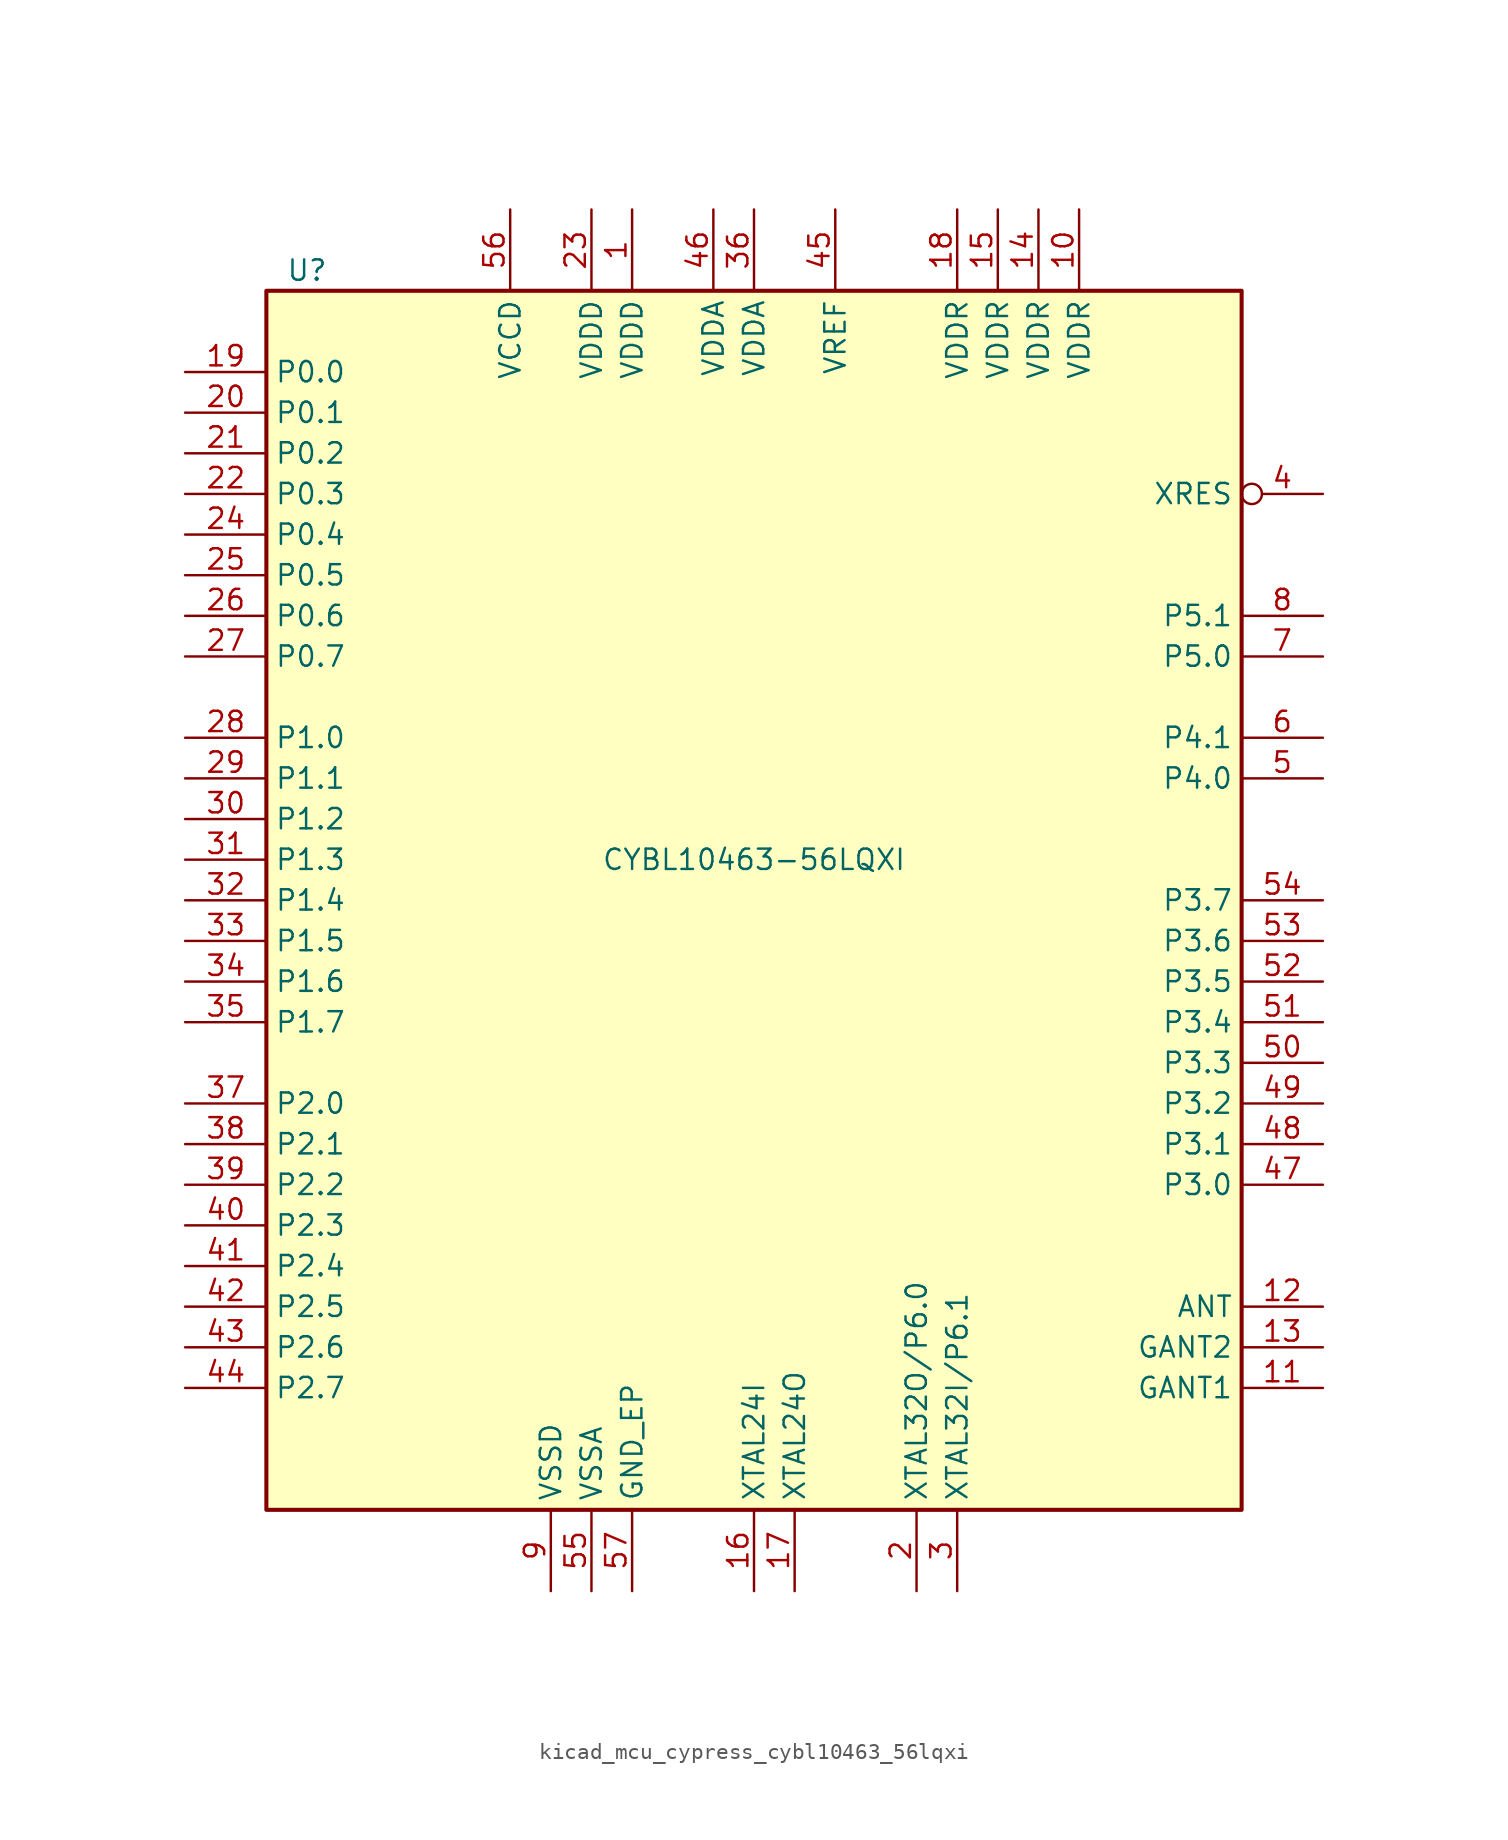
<source format=kicad_sym>
(kicad_symbol_lib
  (version 20220914)
  (generator kicad_symbol_editor)
  (symbol "kicad_mcu_cypress_cybl10463_56lqxi"
    (property "Reference" "U"
      (at -27.94 39.37 0)
      (effects (font (size 1.27 1.27))))
    (property "Value" "CYBL10463-56LQXI"
      (at 0 2.54 0)
      (effects (font (size 1.27 1.27))))
    (symbol "kicad_mcu_cypress_cybl10463_56lqxi_1_0"
      (rectangle (start -30.48 -38.1) (end 30.48 38.1) (stroke (width 0.254) (type default)) (fill (type background))))
    (symbol "kicad_mcu_cypress_cybl10463_56lqxi_1_1"
      (pin power_in line (at -7.62 43.18 270) (length 5.08) (name "VDDD" (effects (font (size 1.27 1.27)))) (number "1" (effects (font (size 1.27 1.27)))))
      (pin power_in line (at 20.32 43.18 270) (length 5.08) (name "VDDR" (effects (font (size 1.27 1.27)))) (number "10" (effects (font (size 1.27 1.27)))))
      (pin power_in line (at 35.56 -30.48 180) (length 5.08) (name "GANT1" (effects (font (size 1.27 1.27)))) (number "11" (effects (font (size 1.27 1.27)))))
      (pin output line (at 35.56 -25.4 180) (length 5.08) (name "ANT" (effects (font (size 1.27 1.27)))) (number "12" (effects (font (size 1.27 1.27)))))
      (pin power_in line (at 35.56 -27.94 180) (length 5.08) (name "GANT2" (effects (font (size 1.27 1.27)))) (number "13" (effects (font (size 1.27 1.27)))))
      (pin power_in line (at 17.78 43.18 270) (length 5.08) (name "VDDR" (effects (font (size 1.27 1.27)))) (number "14" (effects (font (size 1.27 1.27)))))
      (pin power_in line (at 15.24 43.18 270) (length 5.08) (name "VDDR" (effects (font (size 1.27 1.27)))) (number "15" (effects (font (size 1.27 1.27)))))
      (pin input line (at 0 -43.18 90) (length 5.08) (name "XTAL24I" (effects (font (size 1.27 1.27)))) (number "16" (effects (font (size 1.27 1.27)))))
      (pin output line (at 2.54 -43.18 90) (length 5.08) (name "XTAL24O" (effects (font (size 1.27 1.27)))) (number "17" (effects (font (size 1.27 1.27)))))
      (pin power_in line (at 12.7 43.18 270) (length 5.08) (name "VDDR" (effects (font (size 1.27 1.27)))) (number "18" (effects (font (size 1.27 1.27)))))
      (pin bidirectional line (at -35.56 33.02 0) (length 5.08) (name "P0.0" (effects (font (size 1.27 1.27)))) (number "19" (effects (font (size 1.27 1.27)))))
      (pin bidirectional line (at 10.16 -43.18 90) (length 5.08) (name "XTAL32O/P6.0" (effects (font (size 1.27 1.27)))) (number "2" (effects (font (size 1.27 1.27)))))
      (pin bidirectional line (at -35.56 30.48 0) (length 5.08) (name "P0.1" (effects (font (size 1.27 1.27)))) (number "20" (effects (font (size 1.27 1.27)))))
      (pin bidirectional line (at -35.56 27.94 0) (length 5.08) (name "P0.2" (effects (font (size 1.27 1.27)))) (number "21" (effects (font (size 1.27 1.27)))))
      (pin bidirectional line (at -35.56 25.4 0) (length 5.08) (name "P0.3" (effects (font (size 1.27 1.27)))) (number "22" (effects (font (size 1.27 1.27)))))
      (pin power_in line (at -10.16 43.18 270) (length 5.08) (name "VDDD" (effects (font (size 1.27 1.27)))) (number "23" (effects (font (size 1.27 1.27)))))
      (pin bidirectional line (at -35.56 22.86 0) (length 5.08) (name "P0.4" (effects (font (size 1.27 1.27)))) (number "24" (effects (font (size 1.27 1.27)))))
      (pin bidirectional line (at -35.56 20.32 0) (length 5.08) (name "P0.5" (effects (font (size 1.27 1.27)))) (number "25" (effects (font (size 1.27 1.27)))))
      (pin bidirectional line (at -35.56 17.78 0) (length 5.08) (name "P0.6" (effects (font (size 1.27 1.27)))) (number "26" (effects (font (size 1.27 1.27)))))
      (pin bidirectional line (at -35.56 15.24 0) (length 5.08) (name "P0.7" (effects (font (size 1.27 1.27)))) (number "27" (effects (font (size 1.27 1.27)))))
      (pin bidirectional line (at -35.56 10.16 0) (length 5.08) (name "P1.0" (effects (font (size 1.27 1.27)))) (number "28" (effects (font (size 1.27 1.27)))))
      (pin bidirectional line (at -35.56 7.62 0) (length 5.08) (name "P1.1" (effects (font (size 1.27 1.27)))) (number "29" (effects (font (size 1.27 1.27)))))
      (pin bidirectional line (at 12.7 -43.18 90) (length 5.08) (name "XTAL32I/P6.1" (effects (font (size 1.27 1.27)))) (number "3" (effects (font (size 1.27 1.27)))))
      (pin bidirectional line (at -35.56 5.08 0) (length 5.08) (name "P1.2" (effects (font (size 1.27 1.27)))) (number "30" (effects (font (size 1.27 1.27)))))
      (pin bidirectional line (at -35.56 2.54 0) (length 5.08) (name "P1.3" (effects (font (size 1.27 1.27)))) (number "31" (effects (font (size 1.27 1.27)))))
      (pin bidirectional line (at -35.56 0 0) (length 5.08) (name "P1.4" (effects (font (size 1.27 1.27)))) (number "32" (effects (font (size 1.27 1.27)))))
      (pin bidirectional line (at -35.56 -2.54 0) (length 5.08) (name "P1.5" (effects (font (size 1.27 1.27)))) (number "33" (effects (font (size 1.27 1.27)))))
      (pin bidirectional line (at -35.56 -5.08 0) (length 5.08) (name "P1.6" (effects (font (size 1.27 1.27)))) (number "34" (effects (font (size 1.27 1.27)))))
      (pin bidirectional line (at -35.56 -7.62 0) (length 5.08) (name "P1.7" (effects (font (size 1.27 1.27)))) (number "35" (effects (font (size 1.27 1.27)))))
      (pin power_in line (at 0 43.18 270) (length 5.08) (name "VDDA" (effects (font (size 1.27 1.27)))) (number "36" (effects (font (size 1.27 1.27)))))
      (pin bidirectional line (at -35.56 -12.7 0) (length 5.08) (name "P2.0" (effects (font (size 1.27 1.27)))) (number "37" (effects (font (size 1.27 1.27)))))
      (pin bidirectional line (at -35.56 -15.24 0) (length 5.08) (name "P2.1" (effects (font (size 1.27 1.27)))) (number "38" (effects (font (size 1.27 1.27)))))
      (pin bidirectional line (at -35.56 -17.78 0) (length 5.08) (name "P2.2" (effects (font (size 1.27 1.27)))) (number "39" (effects (font (size 1.27 1.27)))))
      (pin input inverted (at 35.56 25.4 180) (length 5.08) (name "XRES" (effects (font (size 1.27 1.27)))) (number "4" (effects (font (size 1.27 1.27)))))
      (pin bidirectional line (at -35.56 -20.32 0) (length 5.08) (name "P2.3" (effects (font (size 1.27 1.27)))) (number "40" (effects (font (size 1.27 1.27)))))
      (pin bidirectional line (at -35.56 -22.86 0) (length 5.08) (name "P2.4" (effects (font (size 1.27 1.27)))) (number "41" (effects (font (size 1.27 1.27)))))
      (pin bidirectional line (at -35.56 -25.4 0) (length 5.08) (name "P2.5" (effects (font (size 1.27 1.27)))) (number "42" (effects (font (size 1.27 1.27)))))
      (pin bidirectional line (at -35.56 -27.94 0) (length 5.08) (name "P2.6" (effects (font (size 1.27 1.27)))) (number "43" (effects (font (size 1.27 1.27)))))
      (pin bidirectional line (at -35.56 -30.48 0) (length 5.08) (name "P2.7" (effects (font (size 1.27 1.27)))) (number "44" (effects (font (size 1.27 1.27)))))
      (pin passive line (at 5.08 43.18 270) (length 5.08) (name "VREF" (effects (font (size 1.27 1.27)))) (number "45" (effects (font (size 1.27 1.27)))))
      (pin power_in line (at -2.54 43.18 270) (length 5.08) (name "VDDA" (effects (font (size 1.27 1.27)))) (number "46" (effects (font (size 1.27 1.27)))))
      (pin bidirectional line (at 35.56 -17.78 180) (length 5.08) (name "P3.0" (effects (font (size 1.27 1.27)))) (number "47" (effects (font (size 1.27 1.27)))))
      (pin bidirectional line (at 35.56 -15.24 180) (length 5.08) (name "P3.1" (effects (font (size 1.27 1.27)))) (number "48" (effects (font (size 1.27 1.27)))))
      (pin bidirectional line (at 35.56 -12.7 180) (length 5.08) (name "P3.2" (effects (font (size 1.27 1.27)))) (number "49" (effects (font (size 1.27 1.27)))))
      (pin bidirectional line (at 35.56 7.62 180) (length 5.08) (name "P4.0" (effects (font (size 1.27 1.27)))) (number "5" (effects (font (size 1.27 1.27)))))
      (pin bidirectional line (at 35.56 -10.16 180) (length 5.08) (name "P3.3" (effects (font (size 1.27 1.27)))) (number "50" (effects (font (size 1.27 1.27)))))
      (pin bidirectional line (at 35.56 -7.62 180) (length 5.08) (name "P3.4" (effects (font (size 1.27 1.27)))) (number "51" (effects (font (size 1.27 1.27)))))
      (pin bidirectional line (at 35.56 -5.08 180) (length 5.08) (name "P3.5" (effects (font (size 1.27 1.27)))) (number "52" (effects (font (size 1.27 1.27)))))
      (pin bidirectional line (at 35.56 -2.54 180) (length 5.08) (name "P3.6" (effects (font (size 1.27 1.27)))) (number "53" (effects (font (size 1.27 1.27)))))
      (pin bidirectional line (at 35.56 0 180) (length 5.08) (name "P3.7" (effects (font (size 1.27 1.27)))) (number "54" (effects (font (size 1.27 1.27)))))
      (pin power_in line (at -10.16 -43.18 90) (length 5.08) (name "VSSA" (effects (font (size 1.27 1.27)))) (number "55" (effects (font (size 1.27 1.27)))))
      (pin power_out line (at -15.24 43.18 270) (length 5.08) (name "VCCD" (effects (font (size 1.27 1.27)))) (number "56" (effects (font (size 1.27 1.27)))))
      (pin power_in line (at -7.62 -43.18 90) (length 5.08) (name "GND_EP" (effects (font (size 1.27 1.27)))) (number "57" (effects (font (size 1.27 1.27)))))
      (pin bidirectional line (at 35.56 10.16 180) (length 5.08) (name "P4.1" (effects (font (size 1.27 1.27)))) (number "6" (effects (font (size 1.27 1.27)))))
      (pin bidirectional line (at 35.56 15.24 180) (length 5.08) (name "P5.0" (effects (font (size 1.27 1.27)))) (number "7" (effects (font (size 1.27 1.27)))))
      (pin bidirectional line (at 35.56 17.78 180) (length 5.08) (name "P5.1" (effects (font (size 1.27 1.27)))) (number "8" (effects (font (size 1.27 1.27)))))
      (pin power_in line (at -12.7 -43.18 90) (length 5.08) (name "VSSD" (effects (font (size 1.27 1.27)))) (number "9" (effects (font (size 1.27 1.27))))))))
</source>
